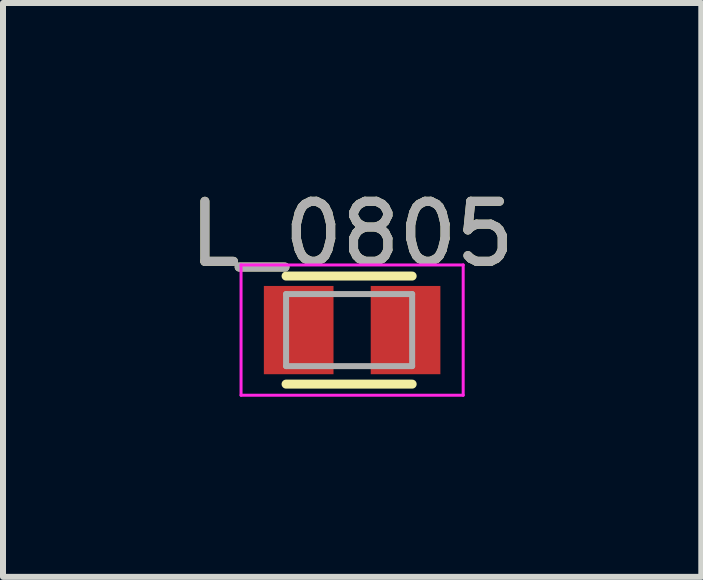
<source format=kicad_pcb>
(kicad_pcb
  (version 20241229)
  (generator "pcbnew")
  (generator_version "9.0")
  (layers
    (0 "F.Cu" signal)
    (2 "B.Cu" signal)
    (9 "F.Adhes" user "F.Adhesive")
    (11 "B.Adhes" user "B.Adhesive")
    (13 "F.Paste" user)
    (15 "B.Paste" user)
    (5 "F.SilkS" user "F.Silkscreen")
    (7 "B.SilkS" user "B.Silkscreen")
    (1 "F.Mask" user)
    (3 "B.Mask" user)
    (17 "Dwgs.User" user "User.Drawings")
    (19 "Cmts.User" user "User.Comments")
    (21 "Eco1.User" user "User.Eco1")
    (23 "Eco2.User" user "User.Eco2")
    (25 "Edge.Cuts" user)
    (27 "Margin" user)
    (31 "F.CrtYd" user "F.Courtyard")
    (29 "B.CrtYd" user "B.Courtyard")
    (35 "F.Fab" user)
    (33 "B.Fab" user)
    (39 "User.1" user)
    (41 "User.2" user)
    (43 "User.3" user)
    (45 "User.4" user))
  (footprint "L_0805"
    (layer "F.Cu")
    (at 2.815 2.448)
    (property "Reference" "L_0805" (at 0 -1.6 0) (layer "F.SilkS") (effects (font (size 1 1) (thickness 0.15))))
    (attr smd)
    (fp_line (start -1.1 -0.9) (end 1 -0.9) (stroke (width 0.15) (type solid)) (layer "F.SilkS"))
    (fp_line (start 1 0.9) (end -1.1 0.9) (stroke (width 0.15) (type solid)) (layer "F.SilkS"))
    (fp_line (start -1.85 -1.085) (end 1.85 -1.085) (stroke (width 0.05) (type solid)) (layer "F.CrtYd"))
    (fp_line (start -1.85 1.085) (end -1.85 -1.085) (stroke (width 0.05) (type solid)) (layer "F.CrtYd"))
    (fp_line (start 1.85 -1.085) (end 1.85 1.085) (stroke (width 0.05) (type solid)) (layer "F.CrtYd"))
    (fp_line (start 1.85 1.085) (end -1.85 1.085) (stroke (width 0.05) (type solid)) (layer "F.CrtYd"))
    (fp_line (start -1.1 -0.6) (end 1 -0.6) (stroke (width 0.1) (type solid)) (layer "F.Fab"))
    (fp_line (start -1.1 0.6) (end -1.1 -0.6) (stroke (width 0.1) (type solid)) (layer "F.Fab"))
    (fp_line (start 1 -0.6) (end 1 0.6) (stroke (width 0.1) (type solid)) (layer "F.Fab"))
    (fp_line (start 1 0.6) (end -1.1 0.6) (stroke (width 0.1) (type solid)) (layer "F.Fab"))
    (fp_text user "${REFERENCE}" (at 0 -1.6 0) (layer "F.Fab") (effects (font (size 1 1) (thickness 0.15))))
    (pad "1" smd rect (at -0.89 0) (size 1.16 1.47) (layers "F.Cu" "F.Mask" "F.Paste"))
    (pad "2" smd rect (at 0.89 0) (size 1.16 1.47) (layers "F.Cu" "F.Mask" "F.Paste")))
  (gr_rect
    (start -3 -3)
    (end 8.631 6.558)
    (stroke (width 0.1) (type default))
    (fill no)
    (layer "Edge.Cuts")))
</source>
